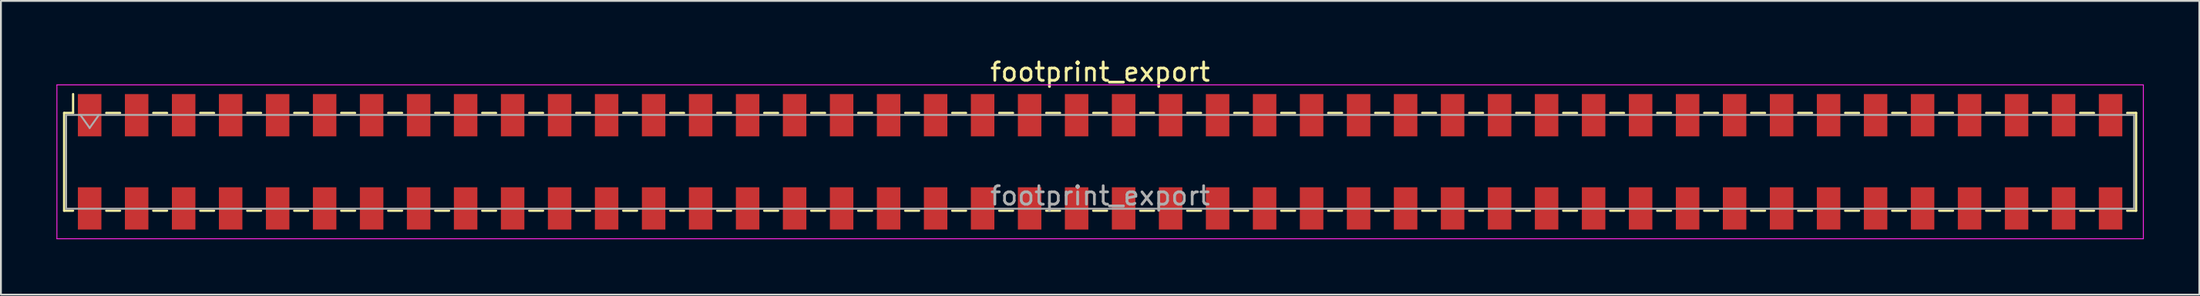
<source format=kicad_pcb>
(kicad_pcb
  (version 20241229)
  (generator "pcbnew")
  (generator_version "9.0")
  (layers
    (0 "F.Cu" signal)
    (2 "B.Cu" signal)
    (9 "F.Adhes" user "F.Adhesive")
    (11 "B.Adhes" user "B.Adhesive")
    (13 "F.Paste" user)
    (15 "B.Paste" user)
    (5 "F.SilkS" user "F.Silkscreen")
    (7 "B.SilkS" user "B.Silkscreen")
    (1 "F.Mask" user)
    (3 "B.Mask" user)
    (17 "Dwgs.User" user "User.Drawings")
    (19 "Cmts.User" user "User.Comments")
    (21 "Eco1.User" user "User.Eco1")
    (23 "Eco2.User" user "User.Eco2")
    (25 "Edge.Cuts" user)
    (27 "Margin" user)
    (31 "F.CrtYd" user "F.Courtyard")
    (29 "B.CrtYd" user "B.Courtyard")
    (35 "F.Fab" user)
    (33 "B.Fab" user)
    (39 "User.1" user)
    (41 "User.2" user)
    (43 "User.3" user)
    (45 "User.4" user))
  (footprint "footprint_export"
    (layer "F.Cu")
    (at 56.405 5.718)
    (property "Reference" "footprint_export" (at 0 -4.87 0) (layer "F.SilkS") (effects (font (size 1 1) (thickness 0.15))))
    (attr smd)
    (fp_line (start -55.99 -2.65) (end -55.99 2.65) (stroke (width 0.12) (type solid)) (layer "F.SilkS"))
    (fp_line (start -55.99 2.65) (end -55.505 2.65) (stroke (width 0.12) (type solid)) (layer "F.SilkS"))
    (fp_line (start -55.505 -3.67) (end -55.505 -2.65) (stroke (width 0.12) (type solid)) (layer "F.SilkS"))
    (fp_line (start -55.505 -2.65) (end -55.99 -2.65) (stroke (width 0.12) (type solid)) (layer "F.SilkS"))
    (fp_line (start -53.715 -2.65) (end -52.965 -2.65) (stroke (width 0.12) (type solid)) (layer "F.SilkS"))
    (fp_line (start -53.715 2.65) (end -52.965 2.65) (stroke (width 0.12) (type solid)) (layer "F.SilkS"))
    (fp_line (start -51.175 -2.65) (end -50.425 -2.65) (stroke (width 0.12) (type solid)) (layer "F.SilkS"))
    (fp_line (start -51.175 2.65) (end -50.425 2.65) (stroke (width 0.12) (type solid)) (layer "F.SilkS"))
    (fp_line (start -48.635 -2.65) (end -47.885 -2.65) (stroke (width 0.12) (type solid)) (layer "F.SilkS"))
    (fp_line (start -48.635 2.65) (end -47.885 2.65) (stroke (width 0.12) (type solid)) (layer "F.SilkS"))
    (fp_line (start -46.095 -2.65) (end -45.345 -2.65) (stroke (width 0.12) (type solid)) (layer "F.SilkS"))
    (fp_line (start -46.095 2.65) (end -45.345 2.65) (stroke (width 0.12) (type solid)) (layer "F.SilkS"))
    (fp_line (start -43.555 -2.65) (end -42.805 -2.65) (stroke (width 0.12) (type solid)) (layer "F.SilkS"))
    (fp_line (start -43.555 2.65) (end -42.805 2.65) (stroke (width 0.12) (type solid)) (layer "F.SilkS"))
    (fp_line (start -41.015 -2.65) (end -40.265 -2.65) (stroke (width 0.12) (type solid)) (layer "F.SilkS"))
    (fp_line (start -41.015 2.65) (end -40.265 2.65) (stroke (width 0.12) (type solid)) (layer "F.SilkS"))
    (fp_line (start -38.475 -2.65) (end -37.725 -2.65) (stroke (width 0.12) (type solid)) (layer "F.SilkS"))
    (fp_line (start -38.475 2.65) (end -37.725 2.65) (stroke (width 0.12) (type solid)) (layer "F.SilkS"))
    (fp_line (start -35.935 -2.65) (end -35.185 -2.65) (stroke (width 0.12) (type solid)) (layer "F.SilkS"))
    (fp_line (start -35.935 2.65) (end -35.185 2.65) (stroke (width 0.12) (type solid)) (layer "F.SilkS"))
    (fp_line (start -33.395 -2.65) (end -32.645 -2.65) (stroke (width 0.12) (type solid)) (layer "F.SilkS"))
    (fp_line (start -33.395 2.65) (end -32.645 2.65) (stroke (width 0.12) (type solid)) (layer "F.SilkS"))
    (fp_line (start -30.855 -2.65) (end -30.105 -2.65) (stroke (width 0.12) (type solid)) (layer "F.SilkS"))
    (fp_line (start -30.855 2.65) (end -30.105 2.65) (stroke (width 0.12) (type solid)) (layer "F.SilkS"))
    (fp_line (start -28.315 -2.65) (end -27.565 -2.65) (stroke (width 0.12) (type solid)) (layer "F.SilkS"))
    (fp_line (start -28.315 2.65) (end -27.565 2.65) (stroke (width 0.12) (type solid)) (layer "F.SilkS"))
    (fp_line (start -25.775 -2.65) (end -25.025 -2.65) (stroke (width 0.12) (type solid)) (layer "F.SilkS"))
    (fp_line (start -25.775 2.65) (end -25.025 2.65) (stroke (width 0.12) (type solid)) (layer "F.SilkS"))
    (fp_line (start -23.235 -2.65) (end -22.485 -2.65) (stroke (width 0.12) (type solid)) (layer "F.SilkS"))
    (fp_line (start -23.235 2.65) (end -22.485 2.65) (stroke (width 0.12) (type solid)) (layer "F.SilkS"))
    (fp_line (start -20.695 -2.65) (end -19.945 -2.65) (stroke (width 0.12) (type solid)) (layer "F.SilkS"))
    (fp_line (start -20.695 2.65) (end -19.945 2.65) (stroke (width 0.12) (type solid)) (layer "F.SilkS"))
    (fp_line (start -18.155 -2.65) (end -17.405 -2.65) (stroke (width 0.12) (type solid)) (layer "F.SilkS"))
    (fp_line (start -18.155 2.65) (end -17.405 2.65) (stroke (width 0.12) (type solid)) (layer "F.SilkS"))
    (fp_line (start -15.615 -2.65) (end -14.865 -2.65) (stroke (width 0.12) (type solid)) (layer "F.SilkS"))
    (fp_line (start -15.615 2.65) (end -14.865 2.65) (stroke (width 0.12) (type solid)) (layer "F.SilkS"))
    (fp_line (start -13.075 -2.65) (end -12.325 -2.65) (stroke (width 0.12) (type solid)) (layer "F.SilkS"))
    (fp_line (start -13.075 2.65) (end -12.325 2.65) (stroke (width 0.12) (type solid)) (layer "F.SilkS"))
    (fp_line (start -10.535 -2.65) (end -9.785 -2.65) (stroke (width 0.12) (type solid)) (layer "F.SilkS"))
    (fp_line (start -10.535 2.65) (end -9.785 2.65) (stroke (width 0.12) (type solid)) (layer "F.SilkS"))
    (fp_line (start -7.995 -2.65) (end -7.245 -2.65) (stroke (width 0.12) (type solid)) (layer "F.SilkS"))
    (fp_line (start -7.995 2.65) (end -7.245 2.65) (stroke (width 0.12) (type solid)) (layer "F.SilkS"))
    (fp_line (start -5.455 -2.65) (end -4.705 -2.65) (stroke (width 0.12) (type solid)) (layer "F.SilkS"))
    (fp_line (start -5.455 2.65) (end -4.705 2.65) (stroke (width 0.12) (type solid)) (layer "F.SilkS"))
    (fp_line (start -2.915 -2.65) (end -2.165 -2.65) (stroke (width 0.12) (type solid)) (layer "F.SilkS"))
    (fp_line (start -2.915 2.65) (end -2.165 2.65) (stroke (width 0.12) (type solid)) (layer "F.SilkS"))
    (fp_line (start -0.375 -2.65) (end 0.375 -2.65) (stroke (width 0.12) (type solid)) (layer "F.SilkS"))
    (fp_line (start -0.375 2.65) (end 0.375 2.65) (stroke (width 0.12) (type solid)) (layer "F.SilkS"))
    (fp_line (start 2.165 -2.65) (end 2.915 -2.65) (stroke (width 0.12) (type solid)) (layer "F.SilkS"))
    (fp_line (start 2.165 2.65) (end 2.915 2.65) (stroke (width 0.12) (type solid)) (layer "F.SilkS"))
    (fp_line (start 4.705 -2.65) (end 5.455 -2.65) (stroke (width 0.12) (type solid)) (layer "F.SilkS"))
    (fp_line (start 4.705 2.65) (end 5.455 2.65) (stroke (width 0.12) (type solid)) (layer "F.SilkS"))
    (fp_line (start 7.245 -2.65) (end 7.995 -2.65) (stroke (width 0.12) (type solid)) (layer "F.SilkS"))
    (fp_line (start 7.245 2.65) (end 7.995 2.65) (stroke (width 0.12) (type solid)) (layer "F.SilkS"))
    (fp_line (start 9.785 -2.65) (end 10.535 -2.65) (stroke (width 0.12) (type solid)) (layer "F.SilkS"))
    (fp_line (start 9.785 2.65) (end 10.535 2.65) (stroke (width 0.12) (type solid)) (layer "F.SilkS"))
    (fp_line (start 12.325 -2.65) (end 13.075 -2.65) (stroke (width 0.12) (type solid)) (layer "F.SilkS"))
    (fp_line (start 12.325 2.65) (end 13.075 2.65) (stroke (width 0.12) (type solid)) (layer "F.SilkS"))
    (fp_line (start 14.865 -2.65) (end 15.615 -2.65) (stroke (width 0.12) (type solid)) (layer "F.SilkS"))
    (fp_line (start 14.865 2.65) (end 15.615 2.65) (stroke (width 0.12) (type solid)) (layer "F.SilkS"))
    (fp_line (start 17.405 -2.65) (end 18.155 -2.65) (stroke (width 0.12) (type solid)) (layer "F.SilkS"))
    (fp_line (start 17.405 2.65) (end 18.155 2.65) (stroke (width 0.12) (type solid)) (layer "F.SilkS"))
    (fp_line (start 19.945 -2.65) (end 20.695 -2.65) (stroke (width 0.12) (type solid)) (layer "F.SilkS"))
    (fp_line (start 19.945 2.65) (end 20.695 2.65) (stroke (width 0.12) (type solid)) (layer "F.SilkS"))
    (fp_line (start 22.485 -2.65) (end 23.235 -2.65) (stroke (width 0.12) (type solid)) (layer "F.SilkS"))
    (fp_line (start 22.485 2.65) (end 23.235 2.65) (stroke (width 0.12) (type solid)) (layer "F.SilkS"))
    (fp_line (start 25.025 -2.65) (end 25.775 -2.65) (stroke (width 0.12) (type solid)) (layer "F.SilkS"))
    (fp_line (start 25.025 2.65) (end 25.775 2.65) (stroke (width 0.12) (type solid)) (layer "F.SilkS"))
    (fp_line (start 27.565 -2.65) (end 28.315 -2.65) (stroke (width 0.12) (type solid)) (layer "F.SilkS"))
    (fp_line (start 27.565 2.65) (end 28.315 2.65) (stroke (width 0.12) (type solid)) (layer "F.SilkS"))
    (fp_line (start 30.105 -2.65) (end 30.855 -2.65) (stroke (width 0.12) (type solid)) (layer "F.SilkS"))
    (fp_line (start 30.105 2.65) (end 30.855 2.65) (stroke (width 0.12) (type solid)) (layer "F.SilkS"))
    (fp_line (start 32.645 -2.65) (end 33.395 -2.65) (stroke (width 0.12) (type solid)) (layer "F.SilkS"))
    (fp_line (start 32.645 2.65) (end 33.395 2.65) (stroke (width 0.12) (type solid)) (layer "F.SilkS"))
    (fp_line (start 35.185 -2.65) (end 35.935 -2.65) (stroke (width 0.12) (type solid)) (layer "F.SilkS"))
    (fp_line (start 35.185 2.65) (end 35.935 2.65) (stroke (width 0.12) (type solid)) (layer "F.SilkS"))
    (fp_line (start 37.725 -2.65) (end 38.475 -2.65) (stroke (width 0.12) (type solid)) (layer "F.SilkS"))
    (fp_line (start 37.725 2.65) (end 38.475 2.65) (stroke (width 0.12) (type solid)) (layer "F.SilkS"))
    (fp_line (start 40.265 -2.65) (end 41.015 -2.65) (stroke (width 0.12) (type solid)) (layer "F.SilkS"))
    (fp_line (start 40.265 2.65) (end 41.015 2.65) (stroke (width 0.12) (type solid)) (layer "F.SilkS"))
    (fp_line (start 42.805 -2.65) (end 43.555 -2.65) (stroke (width 0.12) (type solid)) (layer "F.SilkS"))
    (fp_line (start 42.805 2.65) (end 43.555 2.65) (stroke (width 0.12) (type solid)) (layer "F.SilkS"))
    (fp_line (start 45.345 -2.65) (end 46.095 -2.65) (stroke (width 0.12) (type solid)) (layer "F.SilkS"))
    (fp_line (start 45.345 2.65) (end 46.095 2.65) (stroke (width 0.12) (type solid)) (layer "F.SilkS"))
    (fp_line (start 47.885 -2.65) (end 48.635 -2.65) (stroke (width 0.12) (type solid)) (layer "F.SilkS"))
    (fp_line (start 47.885 2.65) (end 48.635 2.65) (stroke (width 0.12) (type solid)) (layer "F.SilkS"))
    (fp_line (start 50.425 -2.65) (end 51.175 -2.65) (stroke (width 0.12) (type solid)) (layer "F.SilkS"))
    (fp_line (start 50.425 2.65) (end 51.175 2.65) (stroke (width 0.12) (type solid)) (layer "F.SilkS"))
    (fp_line (start 52.965 -2.65) (end 53.715 -2.65) (stroke (width 0.12) (type solid)) (layer "F.SilkS"))
    (fp_line (start 52.965 2.65) (end 53.715 2.65) (stroke (width 0.12) (type solid)) (layer "F.SilkS"))
    (fp_line (start 55.505 -2.65) (end 55.99 -2.65) (stroke (width 0.12) (type solid)) (layer "F.SilkS"))
    (fp_line (start 55.99 -2.65) (end 55.99 2.65) (stroke (width 0.12) (type solid)) (layer "F.SilkS"))
    (fp_line (start 55.99 2.65) (end 55.505 2.65) (stroke (width 0.12) (type solid)) (layer "F.SilkS"))
    (fp_line (start -56.38 -4.17) (end 56.38 -4.17) (stroke (width 0.05) (type solid)) (layer "F.CrtYd"))
    (fp_line (start -56.38 4.17) (end -56.38 -4.17) (stroke (width 0.05) (type solid)) (layer "F.CrtYd"))
    (fp_line (start 56.38 -4.17) (end 56.38 4.17) (stroke (width 0.05) (type solid)) (layer "F.CrtYd"))
    (fp_line (start 56.38 4.17) (end -56.38 4.17) (stroke (width 0.05) (type solid)) (layer "F.CrtYd"))
    (fp_line (start -55.88 -2.54) (end 55.88 -2.54) (stroke (width 0.1) (type solid)) (layer "F.Fab"))
    (fp_line (start -55.88 2.54) (end -55.88 -2.54) (stroke (width 0.1) (type solid)) (layer "F.Fab"))
    (fp_line (start -55.11 -2.54) (end -54.61 -1.833) (stroke (width 0.1) (type solid)) (layer "F.Fab"))
    (fp_line (start -54.61 -1.833) (end -54.11 -2.54) (stroke (width 0.1) (type solid)) (layer "F.Fab"))
    (fp_line (start 55.88 -2.54) (end 55.88 2.54) (stroke (width 0.1) (type solid)) (layer "F.Fab"))
    (fp_line (start 55.88 2.54) (end -55.88 2.54) (stroke (width 0.1) (type solid)) (layer "F.Fab"))
    (fp_text user "${REFERENCE}" (at 0 1.84 0) (layer "F.Fab") (effects (font (size 1 1) (thickness 0.15))))
    (pad "1" smd rect (at -54.61 -2.525) (size 1.27 2.29) (layers "F.Cu" "F.Mask" "F.Paste"))
    (pad "2" smd rect (at -54.61 2.525) (size 1.27 2.29) (layers "F.Cu" "F.Mask" "F.Paste"))
    (pad "3" smd rect (at -52.07 -2.525) (size 1.27 2.29) (layers "F.Cu" "F.Mask" "F.Paste"))
    (pad "4" smd rect (at -52.07 2.525) (size 1.27 2.29) (layers "F.Cu" "F.Mask" "F.Paste"))
    (pad "5" smd rect (at -49.53 -2.525) (size 1.27 2.29) (layers "F.Cu" "F.Mask" "F.Paste"))
    (pad "6" smd rect (at -49.53 2.525) (size 1.27 2.29) (layers "F.Cu" "F.Mask" "F.Paste"))
    (pad "7" smd rect (at -46.99 -2.525) (size 1.27 2.29) (layers "F.Cu" "F.Mask" "F.Paste"))
    (pad "8" smd rect (at -46.99 2.525) (size 1.27 2.29) (layers "F.Cu" "F.Mask" "F.Paste"))
    (pad "9" smd rect (at -44.45 -2.525) (size 1.27 2.29) (layers "F.Cu" "F.Mask" "F.Paste"))
    (pad "10" smd rect (at -44.45 2.525) (size 1.27 2.29) (layers "F.Cu" "F.Mask" "F.Paste"))
    (pad "11" smd rect (at -41.91 -2.525) (size 1.27 2.29) (layers "F.Cu" "F.Mask" "F.Paste"))
    (pad "12" smd rect (at -41.91 2.525) (size 1.27 2.29) (layers "F.Cu" "F.Mask" "F.Paste"))
    (pad "13" smd rect (at -39.37 -2.525) (size 1.27 2.29) (layers "F.Cu" "F.Mask" "F.Paste"))
    (pad "14" smd rect (at -39.37 2.525) (size 1.27 2.29) (layers "F.Cu" "F.Mask" "F.Paste"))
    (pad "15" smd rect (at -36.83 -2.525) (size 1.27 2.29) (layers "F.Cu" "F.Mask" "F.Paste"))
    (pad "16" smd rect (at -36.83 2.525) (size 1.27 2.29) (layers "F.Cu" "F.Mask" "F.Paste"))
    (pad "17" smd rect (at -34.29 -2.525) (size 1.27 2.29) (layers "F.Cu" "F.Mask" "F.Paste"))
    (pad "18" smd rect (at -34.29 2.525) (size 1.27 2.29) (layers "F.Cu" "F.Mask" "F.Paste"))
    (pad "19" smd rect (at -31.75 -2.525) (size 1.27 2.29) (layers "F.Cu" "F.Mask" "F.Paste"))
    (pad "20" smd rect (at -31.75 2.525) (size 1.27 2.29) (layers "F.Cu" "F.Mask" "F.Paste"))
    (pad "21" smd rect (at -29.21 -2.525) (size 1.27 2.29) (layers "F.Cu" "F.Mask" "F.Paste"))
    (pad "22" smd rect (at -29.21 2.525) (size 1.27 2.29) (layers "F.Cu" "F.Mask" "F.Paste"))
    (pad "23" smd rect (at -26.67 -2.525) (size 1.27 2.29) (layers "F.Cu" "F.Mask" "F.Paste"))
    (pad "24" smd rect (at -26.67 2.525) (size 1.27 2.29) (layers "F.Cu" "F.Mask" "F.Paste"))
    (pad "25" smd rect (at -24.13 -2.525) (size 1.27 2.29) (layers "F.Cu" "F.Mask" "F.Paste"))
    (pad "26" smd rect (at -24.13 2.525) (size 1.27 2.29) (layers "F.Cu" "F.Mask" "F.Paste"))
    (pad "27" smd rect (at -21.59 -2.525) (size 1.27 2.29) (layers "F.Cu" "F.Mask" "F.Paste"))
    (pad "28" smd rect (at -21.59 2.525) (size 1.27 2.29) (layers "F.Cu" "F.Mask" "F.Paste"))
    (pad "29" smd rect (at -19.05 -2.525) (size 1.27 2.29) (layers "F.Cu" "F.Mask" "F.Paste"))
    (pad "30" smd rect (at -19.05 2.525) (size 1.27 2.29) (layers "F.Cu" "F.Mask" "F.Paste"))
    (pad "31" smd rect (at -16.51 -2.525) (size 1.27 2.29) (layers "F.Cu" "F.Mask" "F.Paste"))
    (pad "32" smd rect (at -16.51 2.525) (size 1.27 2.29) (layers "F.Cu" "F.Mask" "F.Paste"))
    (pad "33" smd rect (at -13.97 -2.525) (size 1.27 2.29) (layers "F.Cu" "F.Mask" "F.Paste"))
    (pad "34" smd rect (at -13.97 2.525) (size 1.27 2.29) (layers "F.Cu" "F.Mask" "F.Paste"))
    (pad "35" smd rect (at -11.43 -2.525) (size 1.27 2.29) (layers "F.Cu" "F.Mask" "F.Paste"))
    (pad "36" smd rect (at -11.43 2.525) (size 1.27 2.29) (layers "F.Cu" "F.Mask" "F.Paste"))
    (pad "37" smd rect (at -8.89 -2.525) (size 1.27 2.29) (layers "F.Cu" "F.Mask" "F.Paste"))
    (pad "38" smd rect (at -8.89 2.525) (size 1.27 2.29) (layers "F.Cu" "F.Mask" "F.Paste"))
    (pad "39" smd rect (at -6.35 -2.525) (size 1.27 2.29) (layers "F.Cu" "F.Mask" "F.Paste"))
    (pad "40" smd rect (at -6.35 2.525) (size 1.27 2.29) (layers "F.Cu" "F.Mask" "F.Paste"))
    (pad "41" smd rect (at -3.81 -2.525) (size 1.27 2.29) (layers "F.Cu" "F.Mask" "F.Paste"))
    (pad "42" smd rect (at -3.81 2.525) (size 1.27 2.29) (layers "F.Cu" "F.Mask" "F.Paste"))
    (pad "43" smd rect (at -1.27 -2.525) (size 1.27 2.29) (layers "F.Cu" "F.Mask" "F.Paste"))
    (pad "44" smd rect (at -1.27 2.525) (size 1.27 2.29) (layers "F.Cu" "F.Mask" "F.Paste"))
    (pad "45" smd rect (at 1.27 -2.525) (size 1.27 2.29) (layers "F.Cu" "F.Mask" "F.Paste"))
    (pad "46" smd rect (at 1.27 2.525) (size 1.27 2.29) (layers "F.Cu" "F.Mask" "F.Paste"))
    (pad "47" smd rect (at 3.81 -2.525) (size 1.27 2.29) (layers "F.Cu" "F.Mask" "F.Paste"))
    (pad "48" smd rect (at 3.81 2.525) (size 1.27 2.29) (layers "F.Cu" "F.Mask" "F.Paste"))
    (pad "49" smd rect (at 6.35 -2.525) (size 1.27 2.29) (layers "F.Cu" "F.Mask" "F.Paste"))
    (pad "50" smd rect (at 6.35 2.525) (size 1.27 2.29) (layers "F.Cu" "F.Mask" "F.Paste"))
    (pad "51" smd rect (at 8.89 -2.525) (size 1.27 2.29) (layers "F.Cu" "F.Mask" "F.Paste"))
    (pad "52" smd rect (at 8.89 2.525) (size 1.27 2.29) (layers "F.Cu" "F.Mask" "F.Paste"))
    (pad "53" smd rect (at 11.43 -2.525) (size 1.27 2.29) (layers "F.Cu" "F.Mask" "F.Paste"))
    (pad "54" smd rect (at 11.43 2.525) (size 1.27 2.29) (layers "F.Cu" "F.Mask" "F.Paste"))
    (pad "55" smd rect (at 13.97 -2.525) (size 1.27 2.29) (layers "F.Cu" "F.Mask" "F.Paste"))
    (pad "56" smd rect (at 13.97 2.525) (size 1.27 2.29) (layers "F.Cu" "F.Mask" "F.Paste"))
    (pad "57" smd rect (at 16.51 -2.525) (size 1.27 2.29) (layers "F.Cu" "F.Mask" "F.Paste"))
    (pad "58" smd rect (at 16.51 2.525) (size 1.27 2.29) (layers "F.Cu" "F.Mask" "F.Paste"))
    (pad "59" smd rect (at 19.05 -2.525) (size 1.27 2.29) (layers "F.Cu" "F.Mask" "F.Paste"))
    (pad "60" smd rect (at 19.05 2.525) (size 1.27 2.29) (layers "F.Cu" "F.Mask" "F.Paste"))
    (pad "61" smd rect (at 21.59 -2.525) (size 1.27 2.29) (layers "F.Cu" "F.Mask" "F.Paste"))
    (pad "62" smd rect (at 21.59 2.525) (size 1.27 2.29) (layers "F.Cu" "F.Mask" "F.Paste"))
    (pad "63" smd rect (at 24.13 -2.525) (size 1.27 2.29) (layers "F.Cu" "F.Mask" "F.Paste"))
    (pad "64" smd rect (at 24.13 2.525) (size 1.27 2.29) (layers "F.Cu" "F.Mask" "F.Paste"))
    (pad "65" smd rect (at 26.67 -2.525) (size 1.27 2.29) (layers "F.Cu" "F.Mask" "F.Paste"))
    (pad "66" smd rect (at 26.67 2.525) (size 1.27 2.29) (layers "F.Cu" "F.Mask" "F.Paste"))
    (pad "67" smd rect (at 29.21 -2.525) (size 1.27 2.29) (layers "F.Cu" "F.Mask" "F.Paste"))
    (pad "68" smd rect (at 29.21 2.525) (size 1.27 2.29) (layers "F.Cu" "F.Mask" "F.Paste"))
    (pad "69" smd rect (at 31.75 -2.525) (size 1.27 2.29) (layers "F.Cu" "F.Mask" "F.Paste"))
    (pad "70" smd rect (at 31.75 2.525) (size 1.27 2.29) (layers "F.Cu" "F.Mask" "F.Paste"))
    (pad "71" smd rect (at 34.29 -2.525) (size 1.27 2.29) (layers "F.Cu" "F.Mask" "F.Paste"))
    (pad "72" smd rect (at 34.29 2.525) (size 1.27 2.29) (layers "F.Cu" "F.Mask" "F.Paste"))
    (pad "73" smd rect (at 36.83 -2.525) (size 1.27 2.29) (layers "F.Cu" "F.Mask" "F.Paste"))
    (pad "74" smd rect (at 36.83 2.525) (size 1.27 2.29) (layers "F.Cu" "F.Mask" "F.Paste"))
    (pad "75" smd rect (at 39.37 -2.525) (size 1.27 2.29) (layers "F.Cu" "F.Mask" "F.Paste"))
    (pad "76" smd rect (at 39.37 2.525) (size 1.27 2.29) (layers "F.Cu" "F.Mask" "F.Paste"))
    (pad "77" smd rect (at 41.91 -2.525) (size 1.27 2.29) (layers "F.Cu" "F.Mask" "F.Paste"))
    (pad "78" smd rect (at 41.91 2.525) (size 1.27 2.29) (layers "F.Cu" "F.Mask" "F.Paste"))
    (pad "79" smd rect (at 44.45 -2.525) (size 1.27 2.29) (layers "F.Cu" "F.Mask" "F.Paste"))
    (pad "80" smd rect (at 44.45 2.525) (size 1.27 2.29) (layers "F.Cu" "F.Mask" "F.Paste"))
    (pad "81" smd rect (at 46.99 -2.525) (size 1.27 2.29) (layers "F.Cu" "F.Mask" "F.Paste"))
    (pad "82" smd rect (at 46.99 2.525) (size 1.27 2.29) (layers "F.Cu" "F.Mask" "F.Paste"))
    (pad "83" smd rect (at 49.53 -2.525) (size 1.27 2.29) (layers "F.Cu" "F.Mask" "F.Paste"))
    (pad "84" smd rect (at 49.53 2.525) (size 1.27 2.29) (layers "F.Cu" "F.Mask" "F.Paste"))
    (pad "85" smd rect (at 52.07 -2.525) (size 1.27 2.29) (layers "F.Cu" "F.Mask" "F.Paste"))
    (pad "86" smd rect (at 52.07 2.525) (size 1.27 2.29) (layers "F.Cu" "F.Mask" "F.Paste"))
    (pad "87" smd rect (at 54.61 -2.525) (size 1.27 2.29) (layers "F.Cu" "F.Mask" "F.Paste"))
    (pad "88" smd rect (at 54.61 2.525) (size 1.27 2.29) (layers "F.Cu" "F.Mask" "F.Paste")))
  (gr_rect
    (start -3 -3)
    (end 115.81 12.913)
    (stroke (width 0.1) (type default))
    (fill no)
    (layer "Edge.Cuts")))
</source>
